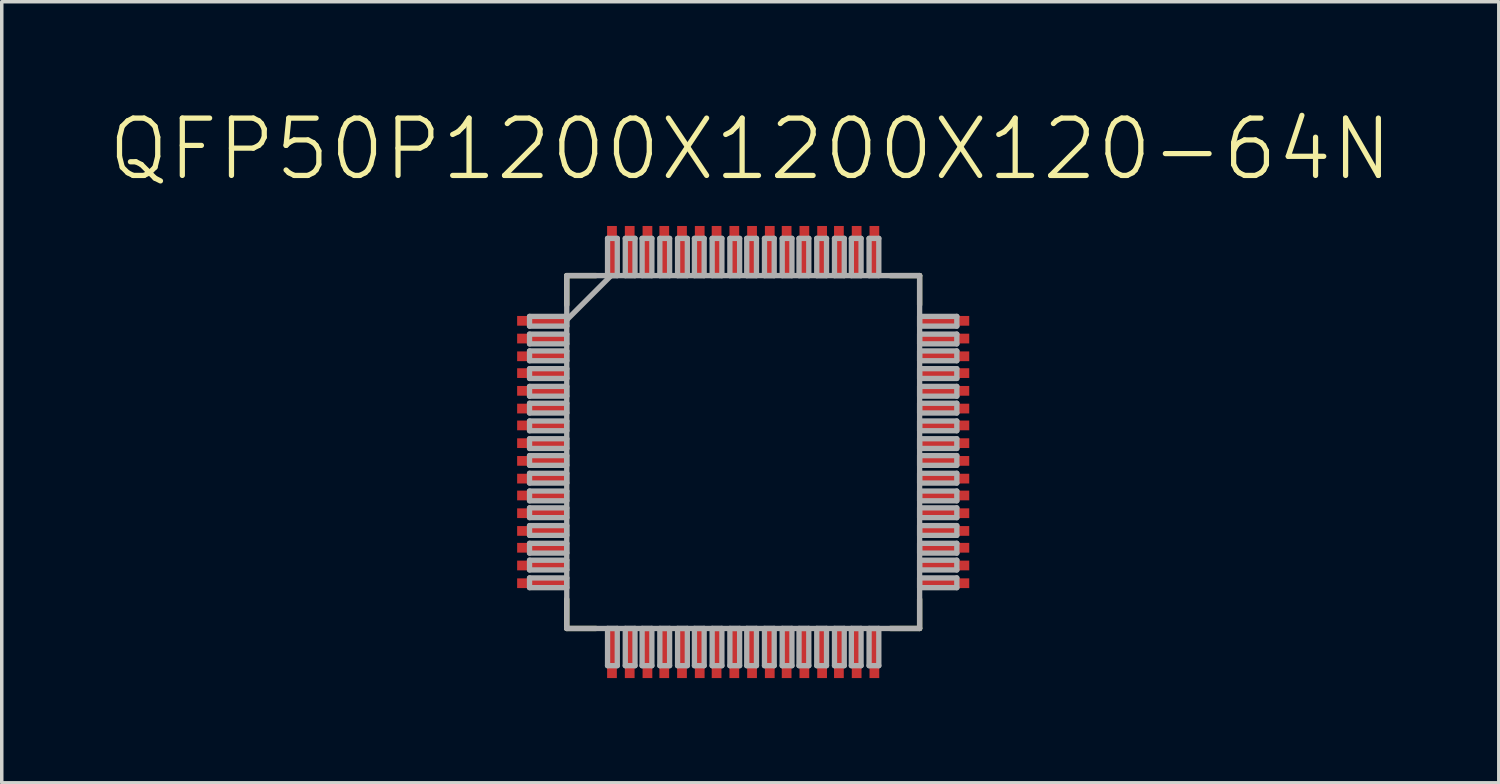
<source format=kicad_pcb>
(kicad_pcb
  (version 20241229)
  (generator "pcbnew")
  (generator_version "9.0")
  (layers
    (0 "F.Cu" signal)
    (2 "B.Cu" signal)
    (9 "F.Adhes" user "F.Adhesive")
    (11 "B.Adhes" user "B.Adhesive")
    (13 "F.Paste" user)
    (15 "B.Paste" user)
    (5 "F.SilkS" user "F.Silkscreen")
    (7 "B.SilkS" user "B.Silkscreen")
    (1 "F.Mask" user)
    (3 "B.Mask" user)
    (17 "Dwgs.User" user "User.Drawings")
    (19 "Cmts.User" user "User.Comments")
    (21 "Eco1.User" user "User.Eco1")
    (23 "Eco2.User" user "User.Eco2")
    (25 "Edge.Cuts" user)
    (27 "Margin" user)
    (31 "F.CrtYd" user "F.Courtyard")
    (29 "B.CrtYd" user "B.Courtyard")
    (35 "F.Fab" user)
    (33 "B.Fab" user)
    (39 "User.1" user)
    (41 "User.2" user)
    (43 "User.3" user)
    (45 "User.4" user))
  (footprint "QFP50P1200X1200X120-64N"
    (layer "F.Cu")
    (at 18.243 9.901)
    (property "Reference" "QFP50P1200X1200X120-64N" (at 0.204 -8.677 0) (layer "F.SilkS") (effects (font (size 1.643 1.643) (thickness 0.15))))
    (attr smd)
    (fp_line (start -5.055 -5.055) (end -5.055 -4.216) (stroke (width 0.152) (type solid)) (layer "F.SilkS"))
    (fp_line (start -5.055 4.216) (end -5.055 5.055) (stroke (width 0.152) (type solid)) (layer "F.SilkS"))
    (fp_line (start -5.055 5.055) (end -4.216 5.055) (stroke (width 0.152) (type solid)) (layer "F.SilkS"))
    (fp_line (start -4.216 -5.055) (end -5.055 -5.055) (stroke (width 0.152) (type solid)) (layer "F.SilkS"))
    (fp_line (start 4.216 5.055) (end 5.055 5.055) (stroke (width 0.152) (type solid)) (layer "F.SilkS"))
    (fp_line (start 5.055 -5.055) (end 4.216 -5.055) (stroke (width 0.152) (type solid)) (layer "F.SilkS"))
    (fp_line (start 5.055 -4.216) (end 5.055 -5.055) (stroke (width 0.152) (type solid)) (layer "F.SilkS"))
    (fp_line (start 5.055 5.055) (end 5.055 4.216) (stroke (width 0.152) (type solid)) (layer "F.SilkS"))
    (fp_line (start -6.121 -3.886) (end -6.121 -3.607) (stroke (width 0.152) (type solid)) (layer "F.Fab"))
    (fp_line (start -6.121 -3.607) (end -5.055 -3.607) (stroke (width 0.152) (type solid)) (layer "F.Fab"))
    (fp_line (start -6.121 -3.378) (end -6.121 -3.099) (stroke (width 0.152) (type solid)) (layer "F.Fab"))
    (fp_line (start -6.121 -3.099) (end -5.055 -3.099) (stroke (width 0.152) (type solid)) (layer "F.Fab"))
    (fp_line (start -6.121 -2.896) (end -6.121 -2.616) (stroke (width 0.152) (type solid)) (layer "F.Fab"))
    (fp_line (start -6.121 -2.616) (end -5.055 -2.616) (stroke (width 0.152) (type solid)) (layer "F.Fab"))
    (fp_line (start -6.121 -2.388) (end -6.121 -2.108) (stroke (width 0.152) (type solid)) (layer "F.Fab"))
    (fp_line (start -6.121 -2.108) (end -5.055 -2.108) (stroke (width 0.152) (type solid)) (layer "F.Fab"))
    (fp_line (start -6.121 -1.88) (end -6.121 -1.6) (stroke (width 0.152) (type solid)) (layer "F.Fab"))
    (fp_line (start -6.121 -1.6) (end -5.055 -1.6) (stroke (width 0.152) (type solid)) (layer "F.Fab"))
    (fp_line (start -6.121 -1.397) (end -6.121 -1.118) (stroke (width 0.152) (type solid)) (layer "F.Fab"))
    (fp_line (start -6.121 -1.118) (end -5.055 -1.118) (stroke (width 0.152) (type solid)) (layer "F.Fab"))
    (fp_line (start -6.121 -0.889) (end -6.121 -0.61) (stroke (width 0.152) (type solid)) (layer "F.Fab"))
    (fp_line (start -6.121 -0.61) (end -5.055 -0.61) (stroke (width 0.152) (type solid)) (layer "F.Fab"))
    (fp_line (start -6.121 -0.381) (end -6.121 -0.102) (stroke (width 0.152) (type solid)) (layer "F.Fab"))
    (fp_line (start -6.121 -0.102) (end -5.055 -0.102) (stroke (width 0.152) (type solid)) (layer "F.Fab"))
    (fp_line (start -6.121 0.102) (end -6.121 0.381) (stroke (width 0.152) (type solid)) (layer "F.Fab"))
    (fp_line (start -6.121 0.381) (end -5.055 0.381) (stroke (width 0.152) (type solid)) (layer "F.Fab"))
    (fp_line (start -6.121 0.61) (end -6.121 0.889) (stroke (width 0.152) (type solid)) (layer "F.Fab"))
    (fp_line (start -6.121 0.889) (end -5.055 0.889) (stroke (width 0.152) (type solid)) (layer "F.Fab"))
    (fp_line (start -6.121 1.118) (end -6.121 1.397) (stroke (width 0.152) (type solid)) (layer "F.Fab"))
    (fp_line (start -6.121 1.397) (end -5.055 1.397) (stroke (width 0.152) (type solid)) (layer "F.Fab"))
    (fp_line (start -6.121 1.6) (end -6.121 1.88) (stroke (width 0.152) (type solid)) (layer "F.Fab"))
    (fp_line (start -6.121 1.88) (end -5.055 1.88) (stroke (width 0.152) (type solid)) (layer "F.Fab"))
    (fp_line (start -6.121 2.108) (end -6.121 2.388) (stroke (width 0.152) (type solid)) (layer "F.Fab"))
    (fp_line (start -6.121 2.388) (end -5.055 2.388) (stroke (width 0.152) (type solid)) (layer "F.Fab"))
    (fp_line (start -6.121 2.616) (end -6.121 2.896) (stroke (width 0.152) (type solid)) (layer "F.Fab"))
    (fp_line (start -6.121 2.896) (end -5.055 2.896) (stroke (width 0.152) (type solid)) (layer "F.Fab"))
    (fp_line (start -6.121 3.099) (end -6.121 3.378) (stroke (width 0.152) (type solid)) (layer "F.Fab"))
    (fp_line (start -6.121 3.378) (end -5.055 3.378) (stroke (width 0.152) (type solid)) (layer "F.Fab"))
    (fp_line (start -6.121 3.607) (end -6.121 3.886) (stroke (width 0.152) (type solid)) (layer "F.Fab"))
    (fp_line (start -6.121 3.886) (end -5.055 3.886) (stroke (width 0.152) (type solid)) (layer "F.Fab"))
    (fp_line (start -5.055 -5.055) (end -5.055 5.055) (stroke (width 0.152) (type solid)) (layer "F.Fab"))
    (fp_line (start -5.055 -3.886) (end -6.121 -3.886) (stroke (width 0.152) (type solid)) (layer "F.Fab"))
    (fp_line (start -5.055 -3.785) (end -5.055 -3.886) (stroke (width 0.152) (type solid)) (layer "F.Fab"))
    (fp_line (start -5.055 -3.785) (end -3.785 -5.055) (stroke (width 0.152) (type solid)) (layer "F.Fab"))
    (fp_line (start -5.055 -3.607) (end -5.055 -3.785) (stroke (width 0.152) (type solid)) (layer "F.Fab"))
    (fp_line (start -5.055 -3.378) (end -6.121 -3.378) (stroke (width 0.152) (type solid)) (layer "F.Fab"))
    (fp_line (start -5.055 -3.099) (end -5.055 -3.378) (stroke (width 0.152) (type solid)) (layer "F.Fab"))
    (fp_line (start -5.055 -2.896) (end -6.121 -2.896) (stroke (width 0.152) (type solid)) (layer "F.Fab"))
    (fp_line (start -5.055 -2.616) (end -5.055 -2.896) (stroke (width 0.152) (type solid)) (layer "F.Fab"))
    (fp_line (start -5.055 -2.388) (end -6.121 -2.388) (stroke (width 0.152) (type solid)) (layer "F.Fab"))
    (fp_line (start -5.055 -2.108) (end -5.055 -2.388) (stroke (width 0.152) (type solid)) (layer "F.Fab"))
    (fp_line (start -5.055 -1.88) (end -6.121 -1.88) (stroke (width 0.152) (type solid)) (layer "F.Fab"))
    (fp_line (start -5.055 -1.6) (end -5.055 -1.88) (stroke (width 0.152) (type solid)) (layer "F.Fab"))
    (fp_line (start -5.055 -1.397) (end -6.121 -1.397) (stroke (width 0.152) (type solid)) (layer "F.Fab"))
    (fp_line (start -5.055 -1.118) (end -5.055 -1.397) (stroke (width 0.152) (type solid)) (layer "F.Fab"))
    (fp_line (start -5.055 -0.889) (end -6.121 -0.889) (stroke (width 0.152) (type solid)) (layer "F.Fab"))
    (fp_line (start -5.055 -0.61) (end -5.055 -0.889) (stroke (width 0.152) (type solid)) (layer "F.Fab"))
    (fp_line (start -5.055 -0.381) (end -6.121 -0.381) (stroke (width 0.152) (type solid)) (layer "F.Fab"))
    (fp_line (start -5.055 -0.102) (end -5.055 -0.381) (stroke (width 0.152) (type solid)) (layer "F.Fab"))
    (fp_line (start -5.055 0.102) (end -6.121 0.102) (stroke (width 0.152) (type solid)) (layer "F.Fab"))
    (fp_line (start -5.055 0.381) (end -5.055 0.102) (stroke (width 0.152) (type solid)) (layer "F.Fab"))
    (fp_line (start -5.055 0.61) (end -6.121 0.61) (stroke (width 0.152) (type solid)) (layer "F.Fab"))
    (fp_line (start -5.055 0.889) (end -5.055 0.61) (stroke (width 0.152) (type solid)) (layer "F.Fab"))
    (fp_line (start -5.055 1.118) (end -6.121 1.118) (stroke (width 0.152) (type solid)) (layer "F.Fab"))
    (fp_line (start -5.055 1.397) (end -5.055 1.118) (stroke (width 0.152) (type solid)) (layer "F.Fab"))
    (fp_line (start -5.055 1.6) (end -6.121 1.6) (stroke (width 0.152) (type solid)) (layer "F.Fab"))
    (fp_line (start -5.055 1.88) (end -5.055 1.6) (stroke (width 0.152) (type solid)) (layer "F.Fab"))
    (fp_line (start -5.055 2.108) (end -6.121 2.108) (stroke (width 0.152) (type solid)) (layer "F.Fab"))
    (fp_line (start -5.055 2.388) (end -5.055 2.108) (stroke (width 0.152) (type solid)) (layer "F.Fab"))
    (fp_line (start -5.055 2.616) (end -6.121 2.616) (stroke (width 0.152) (type solid)) (layer "F.Fab"))
    (fp_line (start -5.055 2.896) (end -5.055 2.616) (stroke (width 0.152) (type solid)) (layer "F.Fab"))
    (fp_line (start -5.055 3.099) (end -6.121 3.099) (stroke (width 0.152) (type solid)) (layer "F.Fab"))
    (fp_line (start -5.055 3.378) (end -5.055 3.099) (stroke (width 0.152) (type solid)) (layer "F.Fab"))
    (fp_line (start -5.055 3.607) (end -6.121 3.607) (stroke (width 0.152) (type solid)) (layer "F.Fab"))
    (fp_line (start -5.055 3.886) (end -5.055 3.607) (stroke (width 0.152) (type solid)) (layer "F.Fab"))
    (fp_line (start -5.055 5.055) (end 5.055 5.055) (stroke (width 0.152) (type solid)) (layer "F.Fab"))
    (fp_line (start -3.886 -6.121) (end -3.886 -5.055) (stroke (width 0.152) (type solid)) (layer "F.Fab"))
    (fp_line (start -3.886 -5.055) (end -3.785 -5.055) (stroke (width 0.152) (type solid)) (layer "F.Fab"))
    (fp_line (start -3.886 5.055) (end -3.886 6.121) (stroke (width 0.152) (type solid)) (layer "F.Fab"))
    (fp_line (start -3.886 6.121) (end -3.607 6.121) (stroke (width 0.152) (type solid)) (layer "F.Fab"))
    (fp_line (start -3.785 -5.055) (end -3.607 -5.055) (stroke (width 0.152) (type solid)) (layer "F.Fab"))
    (fp_line (start -3.607 -6.121) (end -3.886 -6.121) (stroke (width 0.152) (type solid)) (layer "F.Fab"))
    (fp_line (start -3.607 -5.055) (end -3.607 -6.121) (stroke (width 0.152) (type solid)) (layer "F.Fab"))
    (fp_line (start -3.607 5.055) (end -3.886 5.055) (stroke (width 0.152) (type solid)) (layer "F.Fab"))
    (fp_line (start -3.607 6.121) (end -3.607 5.055) (stroke (width 0.152) (type solid)) (layer "F.Fab"))
    (fp_line (start -3.378 -6.121) (end -3.378 -5.055) (stroke (width 0.152) (type solid)) (layer "F.Fab"))
    (fp_line (start -3.378 -5.055) (end -3.099 -5.055) (stroke (width 0.152) (type solid)) (layer "F.Fab"))
    (fp_line (start -3.378 5.055) (end -3.378 6.121) (stroke (width 0.152) (type solid)) (layer "F.Fab"))
    (fp_line (start -3.378 6.121) (end -3.099 6.121) (stroke (width 0.152) (type solid)) (layer "F.Fab"))
    (fp_line (start -3.099 -6.121) (end -3.378 -6.121) (stroke (width 0.152) (type solid)) (layer "F.Fab"))
    (fp_line (start -3.099 -5.055) (end -3.099 -6.121) (stroke (width 0.152) (type solid)) (layer "F.Fab"))
    (fp_line (start -3.099 5.055) (end -3.378 5.055) (stroke (width 0.152) (type solid)) (layer "F.Fab"))
    (fp_line (start -3.099 6.121) (end -3.099 5.055) (stroke (width 0.152) (type solid)) (layer "F.Fab"))
    (fp_line (start -2.896 -6.121) (end -2.896 -5.055) (stroke (width 0.152) (type solid)) (layer "F.Fab"))
    (fp_line (start -2.896 -5.055) (end -2.616 -5.055) (stroke (width 0.152) (type solid)) (layer "F.Fab"))
    (fp_line (start -2.896 5.055) (end -2.896 6.121) (stroke (width 0.152) (type solid)) (layer "F.Fab"))
    (fp_line (start -2.896 6.121) (end -2.616 6.121) (stroke (width 0.152) (type solid)) (layer "F.Fab"))
    (fp_line (start -2.616 -6.121) (end -2.896 -6.121) (stroke (width 0.152) (type solid)) (layer "F.Fab"))
    (fp_line (start -2.616 -5.055) (end -2.616 -6.121) (stroke (width 0.152) (type solid)) (layer "F.Fab"))
    (fp_line (start -2.616 5.055) (end -2.896 5.055) (stroke (width 0.152) (type solid)) (layer "F.Fab"))
    (fp_line (start -2.616 6.121) (end -2.616 5.055) (stroke (width 0.152) (type solid)) (layer "F.Fab"))
    (fp_line (start -2.388 -6.121) (end -2.388 -5.055) (stroke (width 0.152) (type solid)) (layer "F.Fab"))
    (fp_line (start -2.388 -5.055) (end -2.108 -5.055) (stroke (width 0.152) (type solid)) (layer "F.Fab"))
    (fp_line (start -2.388 5.055) (end -2.388 6.121) (stroke (width 0.152) (type solid)) (layer "F.Fab"))
    (fp_line (start -2.388 6.121) (end -2.108 6.121) (stroke (width 0.152) (type solid)) (layer "F.Fab"))
    (fp_line (start -2.108 -6.121) (end -2.388 -6.121) (stroke (width 0.152) (type solid)) (layer "F.Fab"))
    (fp_line (start -2.108 -5.055) (end -2.108 -6.121) (stroke (width 0.152) (type solid)) (layer "F.Fab"))
    (fp_line (start -2.108 5.055) (end -2.388 5.055) (stroke (width 0.152) (type solid)) (layer "F.Fab"))
    (fp_line (start -2.108 6.121) (end -2.108 5.055) (stroke (width 0.152) (type solid)) (layer "F.Fab"))
    (fp_line (start -1.88 -6.121) (end -1.88 -5.055) (stroke (width 0.152) (type solid)) (layer "F.Fab"))
    (fp_line (start -1.88 -5.055) (end -1.6 -5.055) (stroke (width 0.152) (type solid)) (layer "F.Fab"))
    (fp_line (start -1.88 5.055) (end -1.88 6.121) (stroke (width 0.152) (type solid)) (layer "F.Fab"))
    (fp_line (start -1.88 6.121) (end -1.6 6.121) (stroke (width 0.152) (type solid)) (layer "F.Fab"))
    (fp_line (start -1.6 -6.121) (end -1.88 -6.121) (stroke (width 0.152) (type solid)) (layer "F.Fab"))
    (fp_line (start -1.6 -5.055) (end -1.6 -6.121) (stroke (width 0.152) (type solid)) (layer "F.Fab"))
    (fp_line (start -1.6 5.055) (end -1.88 5.055) (stroke (width 0.152) (type solid)) (layer "F.Fab"))
    (fp_line (start -1.6 6.121) (end -1.6 5.055) (stroke (width 0.152) (type solid)) (layer "F.Fab"))
    (fp_line (start -1.397 -6.121) (end -1.397 -5.055) (stroke (width 0.152) (type solid)) (layer "F.Fab"))
    (fp_line (start -1.397 -5.055) (end -1.118 -5.055) (stroke (width 0.152) (type solid)) (layer "F.Fab"))
    (fp_line (start -1.397 5.055) (end -1.397 6.121) (stroke (width 0.152) (type solid)) (layer "F.Fab"))
    (fp_line (start -1.397 6.121) (end -1.118 6.121) (stroke (width 0.152) (type solid)) (layer "F.Fab"))
    (fp_line (start -1.118 -6.121) (end -1.397 -6.121) (stroke (width 0.152) (type solid)) (layer "F.Fab"))
    (fp_line (start -1.118 -5.055) (end -1.118 -6.121) (stroke (width 0.152) (type solid)) (layer "F.Fab"))
    (fp_line (start -1.118 5.055) (end -1.397 5.055) (stroke (width 0.152) (type solid)) (layer "F.Fab"))
    (fp_line (start -1.118 6.121) (end -1.118 5.055) (stroke (width 0.152) (type solid)) (layer "F.Fab"))
    (fp_line (start -0.889 -6.121) (end -0.889 -5.055) (stroke (width 0.152) (type solid)) (layer "F.Fab"))
    (fp_line (start -0.889 -5.055) (end -0.61 -5.055) (stroke (width 0.152) (type solid)) (layer "F.Fab"))
    (fp_line (start -0.889 5.055) (end -0.889 6.121) (stroke (width 0.152) (type solid)) (layer "F.Fab"))
    (fp_line (start -0.889 6.121) (end -0.61 6.121) (stroke (width 0.152) (type solid)) (layer "F.Fab"))
    (fp_line (start -0.61 -6.121) (end -0.889 -6.121) (stroke (width 0.152) (type solid)) (layer "F.Fab"))
    (fp_line (start -0.61 -5.055) (end -0.61 -6.121) (stroke (width 0.152) (type solid)) (layer "F.Fab"))
    (fp_line (start -0.61 5.055) (end -0.889 5.055) (stroke (width 0.152) (type solid)) (layer "F.Fab"))
    (fp_line (start -0.61 6.121) (end -0.61 5.055) (stroke (width 0.152) (type solid)) (layer "F.Fab"))
    (fp_line (start -0.381 -6.121) (end -0.381 -5.055) (stroke (width 0.152) (type solid)) (layer "F.Fab"))
    (fp_line (start -0.381 -5.055) (end -0.102 -5.055) (stroke (width 0.152) (type solid)) (layer "F.Fab"))
    (fp_line (start -0.381 5.055) (end -0.381 6.121) (stroke (width 0.152) (type solid)) (layer "F.Fab"))
    (fp_line (start -0.381 6.121) (end -0.102 6.121) (stroke (width 0.152) (type solid)) (layer "F.Fab"))
    (fp_line (start -0.102 -6.121) (end -0.381 -6.121) (stroke (width 0.152) (type solid)) (layer "F.Fab"))
    (fp_line (start -0.102 -5.055) (end -0.102 -6.121) (stroke (width 0.152) (type solid)) (layer "F.Fab"))
    (fp_line (start -0.102 5.055) (end -0.381 5.055) (stroke (width 0.152) (type solid)) (layer "F.Fab"))
    (fp_line (start -0.102 6.121) (end -0.102 5.055) (stroke (width 0.152) (type solid)) (layer "F.Fab"))
    (fp_line (start 0.102 -6.121) (end 0.102 -5.055) (stroke (width 0.152) (type solid)) (layer "F.Fab"))
    (fp_line (start 0.102 -5.055) (end 0.381 -5.055) (stroke (width 0.152) (type solid)) (layer "F.Fab"))
    (fp_line (start 0.102 5.055) (end 0.102 6.121) (stroke (width 0.152) (type solid)) (layer "F.Fab"))
    (fp_line (start 0.102 6.121) (end 0.381 6.121) (stroke (width 0.152) (type solid)) (layer "F.Fab"))
    (fp_line (start 0.381 -6.121) (end 0.102 -6.121) (stroke (width 0.152) (type solid)) (layer "F.Fab"))
    (fp_line (start 0.381 -5.055) (end 0.381 -6.121) (stroke (width 0.152) (type solid)) (layer "F.Fab"))
    (fp_line (start 0.381 5.055) (end 0.102 5.055) (stroke (width 0.152) (type solid)) (layer "F.Fab"))
    (fp_line (start 0.381 6.121) (end 0.381 5.055) (stroke (width 0.152) (type solid)) (layer "F.Fab"))
    (fp_line (start 0.61 -6.121) (end 0.61 -5.055) (stroke (width 0.152) (type solid)) (layer "F.Fab"))
    (fp_line (start 0.61 -5.055) (end 0.889 -5.055) (stroke (width 0.152) (type solid)) (layer "F.Fab"))
    (fp_line (start 0.61 5.055) (end 0.61 6.121) (stroke (width 0.152) (type solid)) (layer "F.Fab"))
    (fp_line (start 0.61 6.121) (end 0.889 6.121) (stroke (width 0.152) (type solid)) (layer "F.Fab"))
    (fp_line (start 0.889 -6.121) (end 0.61 -6.121) (stroke (width 0.152) (type solid)) (layer "F.Fab"))
    (fp_line (start 0.889 -5.055) (end 0.889 -6.121) (stroke (width 0.152) (type solid)) (layer "F.Fab"))
    (fp_line (start 0.889 5.055) (end 0.61 5.055) (stroke (width 0.152) (type solid)) (layer "F.Fab"))
    (fp_line (start 0.889 6.121) (end 0.889 5.055) (stroke (width 0.152) (type solid)) (layer "F.Fab"))
    (fp_line (start 1.118 -6.121) (end 1.118 -5.055) (stroke (width 0.152) (type solid)) (layer "F.Fab"))
    (fp_line (start 1.118 -5.055) (end 1.397 -5.055) (stroke (width 0.152) (type solid)) (layer "F.Fab"))
    (fp_line (start 1.118 5.055) (end 1.118 6.121) (stroke (width 0.152) (type solid)) (layer "F.Fab"))
    (fp_line (start 1.118 6.121) (end 1.397 6.121) (stroke (width 0.152) (type solid)) (layer "F.Fab"))
    (fp_line (start 1.397 -6.121) (end 1.118 -6.121) (stroke (width 0.152) (type solid)) (layer "F.Fab"))
    (fp_line (start 1.397 -5.055) (end 1.397 -6.121) (stroke (width 0.152) (type solid)) (layer "F.Fab"))
    (fp_line (start 1.397 5.055) (end 1.118 5.055) (stroke (width 0.152) (type solid)) (layer "F.Fab"))
    (fp_line (start 1.397 6.121) (end 1.397 5.055) (stroke (width 0.152) (type solid)) (layer "F.Fab"))
    (fp_line (start 1.6 -6.121) (end 1.6 -5.055) (stroke (width 0.152) (type solid)) (layer "F.Fab"))
    (fp_line (start 1.6 -5.055) (end 1.88 -5.055) (stroke (width 0.152) (type solid)) (layer "F.Fab"))
    (fp_line (start 1.6 5.055) (end 1.6 6.121) (stroke (width 0.152) (type solid)) (layer "F.Fab"))
    (fp_line (start 1.6 6.121) (end 1.88 6.121) (stroke (width 0.152) (type solid)) (layer "F.Fab"))
    (fp_line (start 1.88 -6.121) (end 1.6 -6.121) (stroke (width 0.152) (type solid)) (layer "F.Fab"))
    (fp_line (start 1.88 -5.055) (end 1.88 -6.121) (stroke (width 0.152) (type solid)) (layer "F.Fab"))
    (fp_line (start 1.88 5.055) (end 1.6 5.055) (stroke (width 0.152) (type solid)) (layer "F.Fab"))
    (fp_line (start 1.88 6.121) (end 1.88 5.055) (stroke (width 0.152) (type solid)) (layer "F.Fab"))
    (fp_line (start 2.108 -6.121) (end 2.108 -5.055) (stroke (width 0.152) (type solid)) (layer "F.Fab"))
    (fp_line (start 2.108 -5.055) (end 2.388 -5.055) (stroke (width 0.152) (type solid)) (layer "F.Fab"))
    (fp_line (start 2.108 5.055) (end 2.108 6.121) (stroke (width 0.152) (type solid)) (layer "F.Fab"))
    (fp_line (start 2.108 6.121) (end 2.388 6.121) (stroke (width 0.152) (type solid)) (layer "F.Fab"))
    (fp_line (start 2.388 -6.121) (end 2.108 -6.121) (stroke (width 0.152) (type solid)) (layer "F.Fab"))
    (fp_line (start 2.388 -5.055) (end 2.388 -6.121) (stroke (width 0.152) (type solid)) (layer "F.Fab"))
    (fp_line (start 2.388 5.055) (end 2.108 5.055) (stroke (width 0.152) (type solid)) (layer "F.Fab"))
    (fp_line (start 2.388 6.121) (end 2.388 5.055) (stroke (width 0.152) (type solid)) (layer "F.Fab"))
    (fp_line (start 2.616 -6.121) (end 2.616 -5.055) (stroke (width 0.152) (type solid)) (layer "F.Fab"))
    (fp_line (start 2.616 -5.055) (end 2.896 -5.055) (stroke (width 0.152) (type solid)) (layer "F.Fab"))
    (fp_line (start 2.616 5.055) (end 2.616 6.121) (stroke (width 0.152) (type solid)) (layer "F.Fab"))
    (fp_line (start 2.616 6.121) (end 2.896 6.121) (stroke (width 0.152) (type solid)) (layer "F.Fab"))
    (fp_line (start 2.896 -6.121) (end 2.616 -6.121) (stroke (width 0.152) (type solid)) (layer "F.Fab"))
    (fp_line (start 2.896 -5.055) (end 2.896 -6.121) (stroke (width 0.152) (type solid)) (layer "F.Fab"))
    (fp_line (start 2.896 5.055) (end 2.616 5.055) (stroke (width 0.152) (type solid)) (layer "F.Fab"))
    (fp_line (start 2.896 6.121) (end 2.896 5.055) (stroke (width 0.152) (type solid)) (layer "F.Fab"))
    (fp_line (start 3.099 -6.121) (end 3.099 -5.055) (stroke (width 0.152) (type solid)) (layer "F.Fab"))
    (fp_line (start 3.099 -5.055) (end 3.378 -5.055) (stroke (width 0.152) (type solid)) (layer "F.Fab"))
    (fp_line (start 3.099 5.055) (end 3.099 6.121) (stroke (width 0.152) (type solid)) (layer "F.Fab"))
    (fp_line (start 3.099 6.121) (end 3.378 6.121) (stroke (width 0.152) (type solid)) (layer "F.Fab"))
    (fp_line (start 3.378 -6.121) (end 3.099 -6.121) (stroke (width 0.152) (type solid)) (layer "F.Fab"))
    (fp_line (start 3.378 -5.055) (end 3.378 -6.121) (stroke (width 0.152) (type solid)) (layer "F.Fab"))
    (fp_line (start 3.378 5.055) (end 3.099 5.055) (stroke (width 0.152) (type solid)) (layer "F.Fab"))
    (fp_line (start 3.378 6.121) (end 3.378 5.055) (stroke (width 0.152) (type solid)) (layer "F.Fab"))
    (fp_line (start 3.607 -6.121) (end 3.607 -5.055) (stroke (width 0.152) (type solid)) (layer "F.Fab"))
    (fp_line (start 3.607 -5.055) (end 3.886 -5.055) (stroke (width 0.152) (type solid)) (layer "F.Fab"))
    (fp_line (start 3.607 5.055) (end 3.607 6.121) (stroke (width 0.152) (type solid)) (layer "F.Fab"))
    (fp_line (start 3.607 6.121) (end 3.886 6.121) (stroke (width 0.152) (type solid)) (layer "F.Fab"))
    (fp_line (start 3.886 -6.121) (end 3.607 -6.121) (stroke (width 0.152) (type solid)) (layer "F.Fab"))
    (fp_line (start 3.886 -5.055) (end 3.886 -6.121) (stroke (width 0.152) (type solid)) (layer "F.Fab"))
    (fp_line (start 3.886 5.055) (end 3.607 5.055) (stroke (width 0.152) (type solid)) (layer "F.Fab"))
    (fp_line (start 3.886 6.121) (end 3.886 5.055) (stroke (width 0.152) (type solid)) (layer "F.Fab"))
    (fp_line (start 5.055 -5.055) (end -5.055 -5.055) (stroke (width 0.152) (type solid)) (layer "F.Fab"))
    (fp_line (start 5.055 -3.886) (end 5.055 -3.607) (stroke (width 0.152) (type solid)) (layer "F.Fab"))
    (fp_line (start 5.055 -3.607) (end 6.121 -3.607) (stroke (width 0.152) (type solid)) (layer "F.Fab"))
    (fp_line (start 5.055 -3.378) (end 5.055 -3.099) (stroke (width 0.152) (type solid)) (layer "F.Fab"))
    (fp_line (start 5.055 -3.099) (end 6.121 -3.099) (stroke (width 0.152) (type solid)) (layer "F.Fab"))
    (fp_line (start 5.055 -2.896) (end 5.055 -2.616) (stroke (width 0.152) (type solid)) (layer "F.Fab"))
    (fp_line (start 5.055 -2.616) (end 6.121 -2.616) (stroke (width 0.152) (type solid)) (layer "F.Fab"))
    (fp_line (start 5.055 -2.388) (end 5.055 -2.108) (stroke (width 0.152) (type solid)) (layer "F.Fab"))
    (fp_line (start 5.055 -2.108) (end 6.121 -2.108) (stroke (width 0.152) (type solid)) (layer "F.Fab"))
    (fp_line (start 5.055 -1.88) (end 5.055 -1.6) (stroke (width 0.152) (type solid)) (layer "F.Fab"))
    (fp_line (start 5.055 -1.6) (end 6.121 -1.6) (stroke (width 0.152) (type solid)) (layer "F.Fab"))
    (fp_line (start 5.055 -1.397) (end 5.055 -1.118) (stroke (width 0.152) (type solid)) (layer "F.Fab"))
    (fp_line (start 5.055 -1.118) (end 6.121 -1.118) (stroke (width 0.152) (type solid)) (layer "F.Fab"))
    (fp_line (start 5.055 -0.889) (end 5.055 -0.61) (stroke (width 0.152) (type solid)) (layer "F.Fab"))
    (fp_line (start 5.055 -0.61) (end 6.121 -0.61) (stroke (width 0.152) (type solid)) (layer "F.Fab"))
    (fp_line (start 5.055 -0.381) (end 5.055 -0.102) (stroke (width 0.152) (type solid)) (layer "F.Fab"))
    (fp_line (start 5.055 -0.102) (end 6.121 -0.102) (stroke (width 0.152) (type solid)) (layer "F.Fab"))
    (fp_line (start 5.055 0.102) (end 5.055 0.381) (stroke (width 0.152) (type solid)) (layer "F.Fab"))
    (fp_line (start 5.055 0.381) (end 6.121 0.381) (stroke (width 0.152) (type solid)) (layer "F.Fab"))
    (fp_line (start 5.055 0.61) (end 5.055 0.889) (stroke (width 0.152) (type solid)) (layer "F.Fab"))
    (fp_line (start 5.055 0.889) (end 6.121 0.889) (stroke (width 0.152) (type solid)) (layer "F.Fab"))
    (fp_line (start 5.055 1.118) (end 5.055 1.397) (stroke (width 0.152) (type solid)) (layer "F.Fab"))
    (fp_line (start 5.055 1.397) (end 6.121 1.397) (stroke (width 0.152) (type solid)) (layer "F.Fab"))
    (fp_line (start 5.055 1.6) (end 5.055 1.88) (stroke (width 0.152) (type solid)) (layer "F.Fab"))
    (fp_line (start 5.055 1.88) (end 6.121 1.88) (stroke (width 0.152) (type solid)) (layer "F.Fab"))
    (fp_line (start 5.055 2.108) (end 5.055 2.388) (stroke (width 0.152) (type solid)) (layer "F.Fab"))
    (fp_line (start 5.055 2.388) (end 6.121 2.388) (stroke (width 0.152) (type solid)) (layer "F.Fab"))
    (fp_line (start 5.055 2.616) (end 5.055 2.896) (stroke (width 0.152) (type solid)) (layer "F.Fab"))
    (fp_line (start 5.055 2.896) (end 6.121 2.896) (stroke (width 0.152) (type solid)) (layer "F.Fab"))
    (fp_line (start 5.055 3.099) (end 5.055 3.378) (stroke (width 0.152) (type solid)) (layer "F.Fab"))
    (fp_line (start 5.055 3.378) (end 6.121 3.378) (stroke (width 0.152) (type solid)) (layer "F.Fab"))
    (fp_line (start 5.055 3.607) (end 5.055 3.886) (stroke (width 0.152) (type solid)) (layer "F.Fab"))
    (fp_line (start 5.055 3.886) (end 6.121 3.886) (stroke (width 0.152) (type solid)) (layer "F.Fab"))
    (fp_line (start 5.055 5.055) (end 5.055 -5.055) (stroke (width 0.152) (type solid)) (layer "F.Fab"))
    (fp_line (start 6.121 -3.886) (end 5.055 -3.886) (stroke (width 0.152) (type solid)) (layer "F.Fab"))
    (fp_line (start 6.121 -3.607) (end 6.121 -3.886) (stroke (width 0.152) (type solid)) (layer "F.Fab"))
    (fp_line (start 6.121 -3.378) (end 5.055 -3.378) (stroke (width 0.152) (type solid)) (layer "F.Fab"))
    (fp_line (start 6.121 -3.099) (end 6.121 -3.378) (stroke (width 0.152) (type solid)) (layer "F.Fab"))
    (fp_line (start 6.121 -2.896) (end 5.055 -2.896) (stroke (width 0.152) (type solid)) (layer "F.Fab"))
    (fp_line (start 6.121 -2.616) (end 6.121 -2.896) (stroke (width 0.152) (type solid)) (layer "F.Fab"))
    (fp_line (start 6.121 -2.388) (end 5.055 -2.388) (stroke (width 0.152) (type solid)) (layer "F.Fab"))
    (fp_line (start 6.121 -2.108) (end 6.121 -2.388) (stroke (width 0.152) (type solid)) (layer "F.Fab"))
    (fp_line (start 6.121 -1.88) (end 5.055 -1.88) (stroke (width 0.152) (type solid)) (layer "F.Fab"))
    (fp_line (start 6.121 -1.6) (end 6.121 -1.88) (stroke (width 0.152) (type solid)) (layer "F.Fab"))
    (fp_line (start 6.121 -1.397) (end 5.055 -1.397) (stroke (width 0.152) (type solid)) (layer "F.Fab"))
    (fp_line (start 6.121 -1.118) (end 6.121 -1.397) (stroke (width 0.152) (type solid)) (layer "F.Fab"))
    (fp_line (start 6.121 -0.889) (end 5.055 -0.889) (stroke (width 0.152) (type solid)) (layer "F.Fab"))
    (fp_line (start 6.121 -0.61) (end 6.121 -0.889) (stroke (width 0.152) (type solid)) (layer "F.Fab"))
    (fp_line (start 6.121 -0.381) (end 5.055 -0.381) (stroke (width 0.152) (type solid)) (layer "F.Fab"))
    (fp_line (start 6.121 -0.102) (end 6.121 -0.381) (stroke (width 0.152) (type solid)) (layer "F.Fab"))
    (fp_line (start 6.121 0.102) (end 5.055 0.102) (stroke (width 0.152) (type solid)) (layer "F.Fab"))
    (fp_line (start 6.121 0.381) (end 6.121 0.102) (stroke (width 0.152) (type solid)) (layer "F.Fab"))
    (fp_line (start 6.121 0.61) (end 5.055 0.61) (stroke (width 0.152) (type solid)) (layer "F.Fab"))
    (fp_line (start 6.121 0.889) (end 6.121 0.61) (stroke (width 0.152) (type solid)) (layer "F.Fab"))
    (fp_line (start 6.121 1.118) (end 5.055 1.118) (stroke (width 0.152) (type solid)) (layer "F.Fab"))
    (fp_line (start 6.121 1.397) (end 6.121 1.118) (stroke (width 0.152) (type solid)) (layer "F.Fab"))
    (fp_line (start 6.121 1.6) (end 5.055 1.6) (stroke (width 0.152) (type solid)) (layer "F.Fab"))
    (fp_line (start 6.121 1.88) (end 6.121 1.6) (stroke (width 0.152) (type solid)) (layer "F.Fab"))
    (fp_line (start 6.121 2.108) (end 5.055 2.108) (stroke (width 0.152) (type solid)) (layer "F.Fab"))
    (fp_line (start 6.121 2.388) (end 6.121 2.108) (stroke (width 0.152) (type solid)) (layer "F.Fab"))
    (fp_line (start 6.121 2.616) (end 5.055 2.616) (stroke (width 0.152) (type solid)) (layer "F.Fab"))
    (fp_line (start 6.121 2.896) (end 6.121 2.616) (stroke (width 0.152) (type solid)) (layer "F.Fab"))
    (fp_line (start 6.121 3.099) (end 5.055 3.099) (stroke (width 0.152) (type solid)) (layer "F.Fab"))
    (fp_line (start 6.121 3.378) (end 6.121 3.099) (stroke (width 0.152) (type solid)) (layer "F.Fab"))
    (fp_line (start 6.121 3.607) (end 5.055 3.607) (stroke (width 0.152) (type solid)) (layer "F.Fab"))
    (fp_line (start 6.121 3.886) (end 6.121 3.607) (stroke (width 0.152) (type solid)) (layer "F.Fab"))
    (pad "1" smd rect (at -5.74 -3.759 270) (size 0.279 1.473) (layers "F.Cu" "F.Mask" "F.Paste"))
    (pad "2" smd rect (at -5.74 -3.251 270) (size 0.279 1.473) (layers "F.Cu" "F.Mask" "F.Paste"))
    (pad "3" smd rect (at -5.74 -2.743 270) (size 0.279 1.473) (layers "F.Cu" "F.Mask" "F.Paste"))
    (pad "4" smd rect (at -5.74 -2.261 270) (size 0.279 1.473) (layers "F.Cu" "F.Mask" "F.Paste"))
    (pad "5" smd rect (at -5.74 -1.753 270) (size 0.279 1.473) (layers "F.Cu" "F.Mask" "F.Paste"))
    (pad "6" smd rect (at -5.74 -1.245 270) (size 0.279 1.473) (layers "F.Cu" "F.Mask" "F.Paste"))
    (pad "7" smd rect (at -5.74 -0.762 270) (size 0.279 1.473) (layers "F.Cu" "F.Mask" "F.Paste"))
    (pad "8" smd rect (at -5.74 -0.254 270) (size 0.279 1.473) (layers "F.Cu" "F.Mask" "F.Paste"))
    (pad "9" smd rect (at -5.74 0.254 270) (size 0.279 1.473) (layers "F.Cu" "F.Mask" "F.Paste"))
    (pad "10" smd rect (at -5.74 0.762 270) (size 0.279 1.473) (layers "F.Cu" "F.Mask" "F.Paste"))
    (pad "11" smd rect (at -5.74 1.245 270) (size 0.279 1.473) (layers "F.Cu" "F.Mask" "F.Paste"))
    (pad "12" smd rect (at -5.74 1.753 270) (size 0.279 1.473) (layers "F.Cu" "F.Mask" "F.Paste"))
    (pad "13" smd rect (at -5.74 2.261 270) (size 0.279 1.473) (layers "F.Cu" "F.Mask" "F.Paste"))
    (pad "14" smd rect (at -5.74 2.743 270) (size 0.279 1.473) (layers "F.Cu" "F.Mask" "F.Paste"))
    (pad "15" smd rect (at -5.74 3.251 270) (size 0.279 1.473) (layers "F.Cu" "F.Mask" "F.Paste"))
    (pad "16" smd rect (at -5.74 3.759 270) (size 0.279 1.473) (layers "F.Cu" "F.Mask" "F.Paste"))
    (pad "17" smd rect (at -3.759 5.74 180) (size 0.279 1.473) (layers "F.Cu" "F.Mask" "F.Paste"))
    (pad "18" smd rect (at -3.251 5.74 180) (size 0.279 1.473) (layers "F.Cu" "F.Mask" "F.Paste"))
    (pad "19" smd rect (at -2.743 5.74 180) (size 0.279 1.473) (layers "F.Cu" "F.Mask" "F.Paste"))
    (pad "20" smd rect (at -2.261 5.74 180) (size 0.279 1.473) (layers "F.Cu" "F.Mask" "F.Paste"))
    (pad "21" smd rect (at -1.753 5.74 180) (size 0.279 1.473) (layers "F.Cu" "F.Mask" "F.Paste"))
    (pad "22" smd rect (at -1.245 5.74 180) (size 0.279 1.473) (layers "F.Cu" "F.Mask" "F.Paste"))
    (pad "23" smd rect (at -0.762 5.74 180) (size 0.279 1.473) (layers "F.Cu" "F.Mask" "F.Paste"))
    (pad "24" smd rect (at -0.254 5.74 180) (size 0.279 1.473) (layers "F.Cu" "F.Mask" "F.Paste"))
    (pad "25" smd rect (at 0.254 5.74 180) (size 0.279 1.473) (layers "F.Cu" "F.Mask" "F.Paste"))
    (pad "26" smd rect (at 0.762 5.74 180) (size 0.279 1.473) (layers "F.Cu" "F.Mask" "F.Paste"))
    (pad "27" smd rect (at 1.245 5.74 180) (size 0.279 1.473) (layers "F.Cu" "F.Mask" "F.Paste"))
    (pad "28" smd rect (at 1.753 5.74 180) (size 0.279 1.473) (layers "F.Cu" "F.Mask" "F.Paste"))
    (pad "29" smd rect (at 2.261 5.74 180) (size 0.279 1.473) (layers "F.Cu" "F.Mask" "F.Paste"))
    (pad "30" smd rect (at 2.743 5.74 180) (size 0.279 1.473) (layers "F.Cu" "F.Mask" "F.Paste"))
    (pad "31" smd rect (at 3.251 5.74 180) (size 0.279 1.473) (layers "F.Cu" "F.Mask" "F.Paste"))
    (pad "32" smd rect (at 3.759 5.74 180) (size 0.279 1.473) (layers "F.Cu" "F.Mask" "F.Paste"))
    (pad "33" smd rect (at 5.74 3.759 270) (size 0.279 1.473) (layers "F.Cu" "F.Mask" "F.Paste"))
    (pad "34" smd rect (at 5.74 3.251 270) (size 0.279 1.473) (layers "F.Cu" "F.Mask" "F.Paste"))
    (pad "35" smd rect (at 5.74 2.743 270) (size 0.279 1.473) (layers "F.Cu" "F.Mask" "F.Paste"))
    (pad "36" smd rect (at 5.74 2.261 270) (size 0.279 1.473) (layers "F.Cu" "F.Mask" "F.Paste"))
    (pad "37" smd rect (at 5.74 1.753 270) (size 0.279 1.473) (layers "F.Cu" "F.Mask" "F.Paste"))
    (pad "38" smd rect (at 5.74 1.245 270) (size 0.279 1.473) (layers "F.Cu" "F.Mask" "F.Paste"))
    (pad "39" smd rect (at 5.74 0.762 270) (size 0.279 1.473) (layers "F.Cu" "F.Mask" "F.Paste"))
    (pad "40" smd rect (at 5.74 0.254 270) (size 0.279 1.473) (layers "F.Cu" "F.Mask" "F.Paste"))
    (pad "41" smd rect (at 5.74 -0.254 270) (size 0.279 1.473) (layers "F.Cu" "F.Mask" "F.Paste"))
    (pad "42" smd rect (at 5.74 -0.762 270) (size 0.279 1.473) (layers "F.Cu" "F.Mask" "F.Paste"))
    (pad "43" smd rect (at 5.74 -1.245 270) (size 0.279 1.473) (layers "F.Cu" "F.Mask" "F.Paste"))
    (pad "44" smd rect (at 5.74 -1.753 270) (size 0.279 1.473) (layers "F.Cu" "F.Mask" "F.Paste"))
    (pad "45" smd rect (at 5.74 -2.261 270) (size 0.279 1.473) (layers "F.Cu" "F.Mask" "F.Paste"))
    (pad "46" smd rect (at 5.74 -2.743 270) (size 0.279 1.473) (layers "F.Cu" "F.Mask" "F.Paste"))
    (pad "47" smd rect (at 5.74 -3.251 270) (size 0.279 1.473) (layers "F.Cu" "F.Mask" "F.Paste"))
    (pad "48" smd rect (at 5.74 -3.759 270) (size 0.279 1.473) (layers "F.Cu" "F.Mask" "F.Paste"))
    (pad "49" smd rect (at 3.759 -5.74 180) (size 0.279 1.473) (layers "F.Cu" "F.Mask" "F.Paste"))
    (pad "50" smd rect (at 3.251 -5.74 180) (size 0.279 1.473) (layers "F.Cu" "F.Mask" "F.Paste"))
    (pad "51" smd rect (at 2.743 -5.74 180) (size 0.279 1.473) (layers "F.Cu" "F.Mask" "F.Paste"))
    (pad "52" smd rect (at 2.261 -5.74 180) (size 0.279 1.473) (layers "F.Cu" "F.Mask" "F.Paste"))
    (pad "53" smd rect (at 1.753 -5.74 180) (size 0.279 1.473) (layers "F.Cu" "F.Mask" "F.Paste"))
    (pad "54" smd rect (at 1.245 -5.74 180) (size 0.279 1.473) (layers "F.Cu" "F.Mask" "F.Paste"))
    (pad "55" smd rect (at 0.762 -5.74 180) (size 0.279 1.473) (layers "F.Cu" "F.Mask" "F.Paste"))
    (pad "56" smd rect (at 0.254 -5.74 180) (size 0.279 1.473) (layers "F.Cu" "F.Mask" "F.Paste"))
    (pad "57" smd rect (at -0.254 -5.74 180) (size 0.279 1.473) (layers "F.Cu" "F.Mask" "F.Paste"))
    (pad "58" smd rect (at -0.762 -5.74 180) (size 0.279 1.473) (layers "F.Cu" "F.Mask" "F.Paste"))
    (pad "59" smd rect (at -1.245 -5.74 180) (size 0.279 1.473) (layers "F.Cu" "F.Mask" "F.Paste"))
    (pad "60" smd rect (at -1.753 -5.74 180) (size 0.279 1.473) (layers "F.Cu" "F.Mask" "F.Paste"))
    (pad "61" smd rect (at -2.261 -5.74 180) (size 0.279 1.473) (layers "F.Cu" "F.Mask" "F.Paste"))
    (pad "62" smd rect (at -2.743 -5.74 180) (size 0.279 1.473) (layers "F.Cu" "F.Mask" "F.Paste"))
    (pad "63" smd rect (at -3.251 -5.74 180) (size 0.279 1.473) (layers "F.Cu" "F.Mask" "F.Paste"))
    (pad "64" smd rect (at -3.759 -5.74 180) (size 0.279 1.473) (layers "F.Cu" "F.Mask" "F.Paste")))
  (gr_rect
    (start -3 -3)
    (end 39.892 19.378)
    (stroke (width 0.1) (type default))
    (fill no)
    (layer "Edge.Cuts")))
</source>
